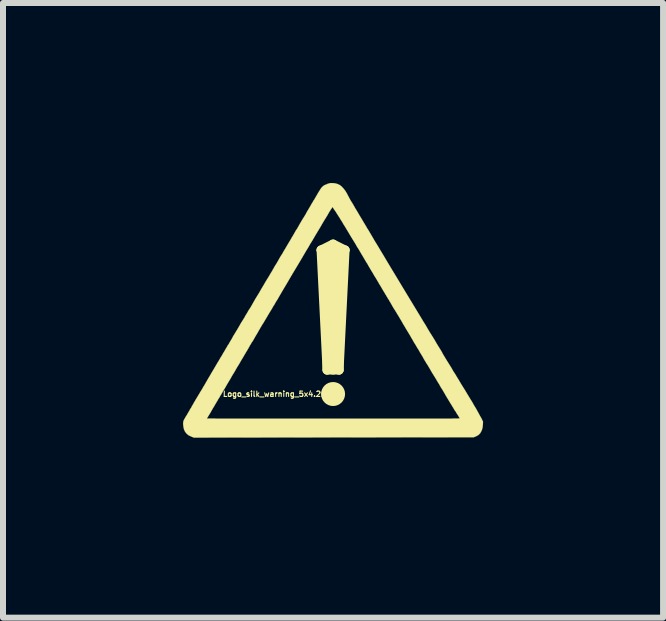
<source format=kicad_pcb>
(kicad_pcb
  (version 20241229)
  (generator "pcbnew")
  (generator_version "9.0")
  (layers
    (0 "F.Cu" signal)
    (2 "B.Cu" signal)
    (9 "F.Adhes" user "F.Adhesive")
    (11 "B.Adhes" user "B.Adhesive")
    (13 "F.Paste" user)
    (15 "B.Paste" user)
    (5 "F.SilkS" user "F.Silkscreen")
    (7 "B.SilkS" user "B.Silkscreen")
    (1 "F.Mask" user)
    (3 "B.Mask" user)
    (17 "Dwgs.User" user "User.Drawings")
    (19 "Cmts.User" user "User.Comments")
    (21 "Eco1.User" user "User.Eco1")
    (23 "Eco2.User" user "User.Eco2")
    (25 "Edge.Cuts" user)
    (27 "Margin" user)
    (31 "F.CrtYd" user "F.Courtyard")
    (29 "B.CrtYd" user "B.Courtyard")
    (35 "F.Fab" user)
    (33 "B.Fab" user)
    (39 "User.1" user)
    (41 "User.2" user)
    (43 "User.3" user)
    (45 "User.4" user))
  (footprint "Logo_silk_warning_5x4.2mm"
    (layer "F.Cu")
    (at 2.501 2.117)
    (property "Reference" "Logo_silk_warning_5x4.2mm" (at -0.9 1.4 0) (layer "F.SilkS") (effects (font (size 0.089 0.089) (thickness 0.018))))
    (attr through_hole)
    (fp_line (start -0.2 -1) (end -0.1 1) (stroke (width 0.15) (type solid)) (layer "F.SilkS"))
    (fp_line (start -0.2 -1) (end 0 -1.1) (stroke (width 0.15) (type solid)) (layer "F.SilkS"))
    (fp_line (start -0.1 1) (end -0.1 -1) (stroke (width 0.15) (type solid)) (layer "F.SilkS"))
    (fp_line (start -0.1 1) (end 0.1 1) (stroke (width 0.15) (type solid)) (layer "F.SilkS"))
    (fp_line (start 0 -1.1) (end 0.2 -1) (stroke (width 0.15) (type solid)) (layer "F.SilkS"))
    (fp_line (start 0 -1) (end 0 1) (stroke (width 0.15) (type solid)) (layer "F.SilkS"))
    (fp_line (start 0.1 1) (end 0.1 -1) (stroke (width 0.15) (type solid)) (layer "F.SilkS"))
    (fp_line (start 0.1 1) (end 0.2 -1) (stroke (width 0.15) (type solid)) (layer "F.SilkS"))
    (fp_line (start 0.2 -1) (end -0.2 -1) (stroke (width 0.15) (type solid)) (layer "F.SilkS"))
    (fp_circle (center 0 1.4) (end -0.1 1.4) (stroke (width 0.2) (type solid)) (fill no) (layer "F.SilkS"))
    (fp_poly (pts (xy 2.499 1.859) (xy 2.497 1.91) (xy 2.492 1.958) (xy 2.479 2.004) (xy 2.459 2.042) (xy 2.449 2.057) (xy 2.436 2.07) (xy 2.423 2.083) (xy 2.405 2.093) (xy 2.388 2.103) (xy 2.344 2.121) (xy 2.111 2.121) (xy 2.111 1.803) (xy 2.106 1.796) (xy 2.098 1.783) (xy 2.088 1.765) (xy 2.073 1.742) (xy 2.065 1.73) (xy 2.055 1.714) (xy 2.05 1.704) (xy 2.042 1.692) (xy 2.035 1.681) (xy 2.027 1.671) (xy 2.019 1.659) (xy 2.012 1.646) (xy 2.002 1.628) (xy 1.989 1.608) (xy 1.976 1.585) (xy 1.958 1.557) (xy 1.938 1.524) (xy 1.915 1.486) (xy 1.887 1.44) (xy 1.857 1.387) (xy 1.824 1.331) (xy 1.793 1.283) (xy 1.768 1.237) (xy 1.742 1.196) (xy 1.72 1.158) (xy 1.699 1.123) (xy 1.681 1.095) (xy 1.669 1.074) (xy 1.659 1.059) (xy 1.654 1.052) (xy 1.648 1.041) (xy 1.638 1.024) (xy 1.626 1.003) (xy 1.61 0.975) (xy 1.593 0.947) (xy 1.585 0.932) (xy 1.562 0.897) (xy 1.539 0.859) (xy 1.514 0.818) (xy 1.494 0.78) (xy 1.473 0.747) (xy 1.473 0.744) (xy 1.453 0.714) (xy 1.435 0.681) (xy 1.417 0.65) (xy 1.4 0.625) (xy 1.389 0.605) (xy 1.377 0.584) (xy 1.359 0.556) (xy 1.341 0.526) (xy 1.323 0.493) (xy 1.303 0.46) (xy 1.283 0.424) (xy 1.26 0.386) (xy 1.234 0.343) (xy 1.209 0.302) (xy 1.189 0.267) (xy 1.168 0.234) (xy 1.146 0.193) (xy 1.12 0.15) (xy 1.095 0.107) (xy 1.069 0.066) (xy 1.059 0.048) (xy 1.036 0.01) (xy 1.011 -0.028) (xy 0.986 -0.071) (xy 0.963 -0.112) (xy 0.94 -0.15) (xy 0.932 -0.165) (xy 0.914 -0.193) (xy 0.897 -0.221) (xy 0.884 -0.244) (xy 0.871 -0.264) (xy 0.864 -0.277) (xy 0.864 -0.279) (xy 0.856 -0.29) (xy 0.846 -0.307) (xy 0.833 -0.328) (xy 0.818 -0.353) (xy 0.808 -0.371) (xy 0.792 -0.399) (xy 0.777 -0.422) (xy 0.765 -0.442) (xy 0.757 -0.457) (xy 0.752 -0.465) (xy 0.747 -0.475) (xy 0.737 -0.49) (xy 0.724 -0.513) (xy 0.709 -0.538) (xy 0.691 -0.566) (xy 0.683 -0.579) (xy 0.663 -0.615) (xy 0.638 -0.655) (xy 0.612 -0.699) (xy 0.587 -0.742) (xy 0.566 -0.78) (xy 0.564 -0.78) (xy 0.546 -0.81) (xy 0.528 -0.841) (xy 0.513 -0.866) (xy 0.5 -0.889) (xy 0.49 -0.904) (xy 0.488 -0.909) (xy 0.478 -0.925) (xy 0.465 -0.947) (xy 0.447 -0.978) (xy 0.427 -1.013) (xy 0.401 -1.052) (xy 0.376 -1.097) (xy 0.348 -1.143) (xy 0.318 -1.191) (xy 0.287 -1.242) (xy 0.259 -1.29) (xy 0.229 -1.339) (xy 0.201 -1.387) (xy 0.173 -1.43) (xy 0.15 -1.471) (xy 0.127 -1.506) (xy 0.109 -1.537) (xy 0.107 -1.539) (xy 0.086 -1.572) (xy 0.066 -1.603) (xy 0.048 -1.633) (xy 0.03 -1.659) (xy 0.013 -1.681) (xy 0.003 -1.699) (xy -0.005 -1.712) (xy -0.01 -1.717) (xy -0.013 -1.712) (xy -0.02 -1.699) (xy -0.033 -1.681) (xy -0.051 -1.654) (xy -0.071 -1.621) (xy -0.094 -1.58) (xy -0.122 -1.534) (xy -0.152 -1.486) (xy -0.185 -1.43) (xy -0.218 -1.372) (xy -0.257 -1.308) (xy -0.295 -1.245) (xy -0.335 -1.176) (xy -0.356 -1.14) (xy -0.363 -1.13) (xy -0.376 -1.11) (xy -0.389 -1.087) (xy -0.406 -1.057) (xy -0.424 -1.026) (xy -0.445 -0.993) (xy -0.528 -0.851) (xy -0.61 -0.714) (xy -0.688 -0.584) (xy -0.762 -0.457) (xy -0.836 -0.333) (xy -0.907 -0.211) (xy -0.927 -0.175) (xy -0.947 -0.145) (xy -0.965 -0.114) (xy -0.98 -0.086) (xy -0.996 -0.064) (xy -1.006 -0.046) (xy -1.008 -0.041) (xy -1.016 -0.028) (xy -1.029 -0.005) (xy -1.044 0.018) (xy -1.062 0.048) (xy -1.082 0.081) (xy -1.095 0.104) (xy -1.115 0.137) (xy -1.133 0.168) (xy -1.151 0.198) (xy -1.166 0.224) (xy -1.179 0.241) (xy -1.184 0.251) (xy -1.194 0.269) (xy -1.209 0.292) (xy -1.224 0.32) (xy -1.24 0.345) (xy -1.242 0.351) (xy -1.265 0.391) (xy -1.29 0.432) (xy -1.313 0.472) (xy -1.336 0.513) (xy -1.359 0.546) (xy -1.374 0.574) (xy -1.382 0.584) (xy -1.394 0.607) (xy -1.407 0.63) (xy -1.417 0.648) (xy -1.42 0.65) (xy -1.425 0.663) (xy -1.438 0.683) (xy -1.455 0.711) (xy -1.476 0.747) (xy -1.501 0.79) (xy -1.532 0.841) (xy -1.565 0.899) (xy -1.603 0.96) (xy -1.643 1.031) (xy -1.689 1.105) (xy -1.689 1.107) (xy -1.712 1.148) (xy -1.737 1.189) (xy -1.763 1.232) (xy -1.786 1.273) (xy -1.808 1.311) (xy -1.821 1.331) (xy -1.841 1.364) (xy -1.859 1.397) (xy -1.88 1.43) (xy -1.895 1.458) (xy -1.91 1.481) (xy -1.913 1.483) (xy -1.925 1.509) (xy -1.941 1.532) (xy -1.951 1.552) (xy -1.961 1.567) (xy -1.981 1.603) (xy -2.002 1.636) (xy -2.022 1.671) (xy -2.04 1.704) (xy -2.057 1.732) (xy -2.073 1.758) (xy -2.085 1.778) (xy -2.093 1.793) (xy -2.098 1.798) (xy -2.103 1.806) (xy -2.103 1.808) (xy -2.098 1.808) (xy -2.083 1.808) (xy -2.06 1.808) (xy -2.027 1.808) (xy -1.984 1.808) (xy -1.933 1.811) (xy -1.877 1.811) (xy -1.811 1.811) (xy -1.737 1.811) (xy -1.656 1.811) (xy -1.57 1.811) (xy -1.476 1.811) (xy -1.377 1.811) (xy -1.27 1.811) (xy -1.158 1.811) (xy -1.044 1.811) (xy -0.922 1.811) (xy -0.798 1.811) (xy -0.668 1.811) (xy -0.536 1.811) (xy -0.399 1.811) (xy -0.259 1.811) (xy -0.114 1.811) (xy 0.005 1.811) (xy 0.178 1.811) (xy 0.343 1.811) (xy 0.495 1.811) (xy 0.64 1.811) (xy 0.777 1.811) (xy 0.904 1.811) (xy 1.024 1.811) (xy 1.135 1.811) (xy 1.24 1.811) (xy 1.336 1.811) (xy 1.425 1.811) (xy 1.506 1.811) (xy 1.582 1.811) (xy 1.651 1.811) (xy 1.712 1.811) (xy 1.77 1.811) (xy 1.821 1.811) (xy 1.867 1.811) (xy 1.908 1.811) (xy 1.943 1.811) (xy 1.976 1.811) (xy 2.004 1.808) (xy 2.027 1.808) (xy 2.047 1.808) (xy 2.062 1.808) (xy 2.078 1.808) (xy 2.088 1.808) (xy 2.095 1.806) (xy 2.103 1.806) (xy 2.106 1.806) (xy 2.108 1.806) (xy 2.111 1.803) (xy 2.111 2.121) (xy 0.01 2.123) (xy -2.322 2.126) (xy -2.365 2.108) (xy -2.408 2.088) (xy -2.441 2.06) (xy -2.466 2.029) (xy -2.484 1.991) (xy -2.494 1.946) (xy -2.499 1.9) (xy -2.499 1.885) (xy -2.497 1.875) (xy -2.497 1.864) (xy -2.494 1.852) (xy -2.489 1.839) (xy -2.482 1.824) (xy -2.469 1.803) (xy -2.456 1.778) (xy -2.436 1.748) (xy -2.426 1.73) (xy -2.41 1.702) (xy -2.393 1.674) (xy -2.38 1.648) (xy -2.367 1.631) (xy -2.36 1.618) (xy -2.352 1.6) (xy -2.337 1.577) (xy -2.322 1.549) (xy -2.304 1.519) (xy -2.283 1.483) (xy -2.263 1.45) (xy -2.243 1.417) (xy -2.24 1.412) (xy -2.228 1.392) (xy -2.215 1.369) (xy -2.197 1.341) (xy -2.179 1.311) (xy -2.162 1.28) (xy -2.141 1.247) (xy -2.118 1.206) (xy -2.095 1.166) (xy -2.073 1.128) (xy -2.057 1.102) (xy -2.04 1.072) (xy -2.019 1.036) (xy -1.999 1.003) (xy -1.981 0.973) (xy -1.968 0.95) (xy -1.953 0.925) (xy -1.935 0.894) (xy -1.915 0.861) (xy -1.895 0.828) (xy -1.877 0.795) (xy -1.857 0.765) (xy -1.839 0.732) (xy -1.819 0.699) (xy -1.803 0.673) (xy -1.791 0.65) (xy -1.783 0.638) (xy -1.775 0.625) (xy -1.765 0.607) (xy -1.755 0.589) (xy -1.74 0.569) (xy -1.725 0.541) (xy -1.707 0.511) (xy -1.687 0.478) (xy -1.664 0.434) (xy -1.636 0.389) (xy -1.603 0.335) (xy -1.567 0.274) (xy -1.527 0.203) (xy -1.524 0.201) (xy -1.501 0.163) (xy -1.478 0.127) (xy -1.458 0.089) (xy -1.438 0.058) (xy -1.422 0.03) (xy -1.41 0.008) (xy -1.405 0) (xy -1.394 -0.015) (xy -1.379 -0.038) (xy -1.361 -0.069) (xy -1.341 -0.104) (xy -1.321 -0.14) (xy -1.298 -0.18) (xy -1.278 -0.213) (xy -1.234 -0.284) (xy -1.196 -0.351) (xy -1.158 -0.414) (xy -1.123 -0.475) (xy -1.09 -0.528) (xy -1.059 -0.579) (xy -1.034 -0.622) (xy -1.013 -0.655) (xy -1.003 -0.676) (xy -0.993 -0.691) (xy -0.98 -0.716) (xy -0.963 -0.744) (xy -0.94 -0.78) (xy -0.917 -0.82) (xy -0.894 -0.861) (xy -0.869 -0.904) (xy -0.848 -0.935) (xy -0.823 -0.98) (xy -0.795 -1.026) (xy -0.77 -1.069) (xy -0.744 -1.113) (xy -0.721 -1.151) (xy -0.701 -1.184) (xy -0.686 -1.212) (xy -0.678 -1.224) (xy -0.66 -1.255) (xy -0.64 -1.29) (xy -0.62 -1.326) (xy -0.599 -1.356) (xy -0.589 -1.374) (xy -0.574 -1.4) (xy -0.556 -1.433) (xy -0.536 -1.466) (xy -0.516 -1.501) (xy -0.5 -1.527) (xy -0.462 -1.587) (xy -0.432 -1.643) (xy -0.401 -1.694) (xy -0.376 -1.737) (xy -0.356 -1.773) (xy -0.338 -1.801) (xy -0.328 -1.821) (xy -0.32 -1.831) (xy -0.312 -1.844) (xy -0.3 -1.864) (xy -0.287 -1.887) (xy -0.272 -1.913) (xy -0.269 -1.918) (xy -0.246 -1.958) (xy -0.226 -1.989) (xy -0.211 -2.014) (xy -0.196 -2.035) (xy -0.183 -2.05) (xy -0.17 -2.062) (xy -0.155 -2.073) (xy -0.14 -2.083) (xy -0.122 -2.09) (xy -0.099 -2.098) (xy -0.097 -2.101) (xy -0.074 -2.108) (xy -0.058 -2.113) (xy -0.043 -2.116) (xy -0.028 -2.116) (xy -0.005 -2.116) (xy 0.036 -2.111) (xy 0.074 -2.101) (xy 0.112 -2.083) (xy 0.145 -2.057) (xy 0.175 -2.024) (xy 0.206 -1.984) (xy 0.236 -1.933) (xy 0.251 -1.902) (xy 0.259 -1.89) (xy 0.269 -1.869) (xy 0.284 -1.841) (xy 0.302 -1.811) (xy 0.325 -1.775) (xy 0.348 -1.735) (xy 0.371 -1.694) (xy 0.396 -1.654) (xy 0.422 -1.61) (xy 0.445 -1.57) (xy 0.467 -1.534) (xy 0.475 -1.521) (xy 0.488 -1.499) (xy 0.503 -1.473) (xy 0.521 -1.443) (xy 0.541 -1.41) (xy 0.561 -1.377) (xy 0.561 -1.374) (xy 0.589 -1.331) (xy 0.62 -1.278) (xy 0.655 -1.219) (xy 0.693 -1.153) (xy 0.739 -1.079) (xy 0.787 -0.998) (xy 0.838 -0.914) (xy 0.892 -0.823) (xy 0.95 -0.726) (xy 1.011 -0.625) (xy 1.074 -0.521) (xy 1.14 -0.411) (xy 1.209 -0.297) (xy 1.278 -0.183) (xy 1.349 -0.066) (xy 1.42 0.051) (xy 1.438 0.081) (xy 1.471 0.135) (xy 1.504 0.191) (xy 1.542 0.251) (xy 1.577 0.312) (xy 1.615 0.376) (xy 1.654 0.437) (xy 1.692 0.498) (xy 1.725 0.556) (xy 1.758 0.61) (xy 1.788 0.658) (xy 1.814 0.701) (xy 1.826 0.726) (xy 1.869 0.798) (xy 1.908 0.861) (xy 1.943 0.917) (xy 1.976 0.97) (xy 2.004 1.021) (xy 2.035 1.067) (xy 2.062 1.113) (xy 2.09 1.158) (xy 2.118 1.206) (xy 2.146 1.252) (xy 2.197 1.333) (xy 2.243 1.41) (xy 2.283 1.476) (xy 2.322 1.539) (xy 2.352 1.593) (xy 2.383 1.643) (xy 2.408 1.689) (xy 2.431 1.73) (xy 2.451 1.768) (xy 2.469 1.798) (xy 2.499 1.859)) (stroke (width 0.003) (type solid)) (fill yes) (layer "F.SilkS")))
  (gr_rect
    (start -3 -3)
    (end 8.001 7.244)
    (stroke (width 0.1) (type default))
    (fill no)
    (layer "Edge.Cuts")))
</source>
